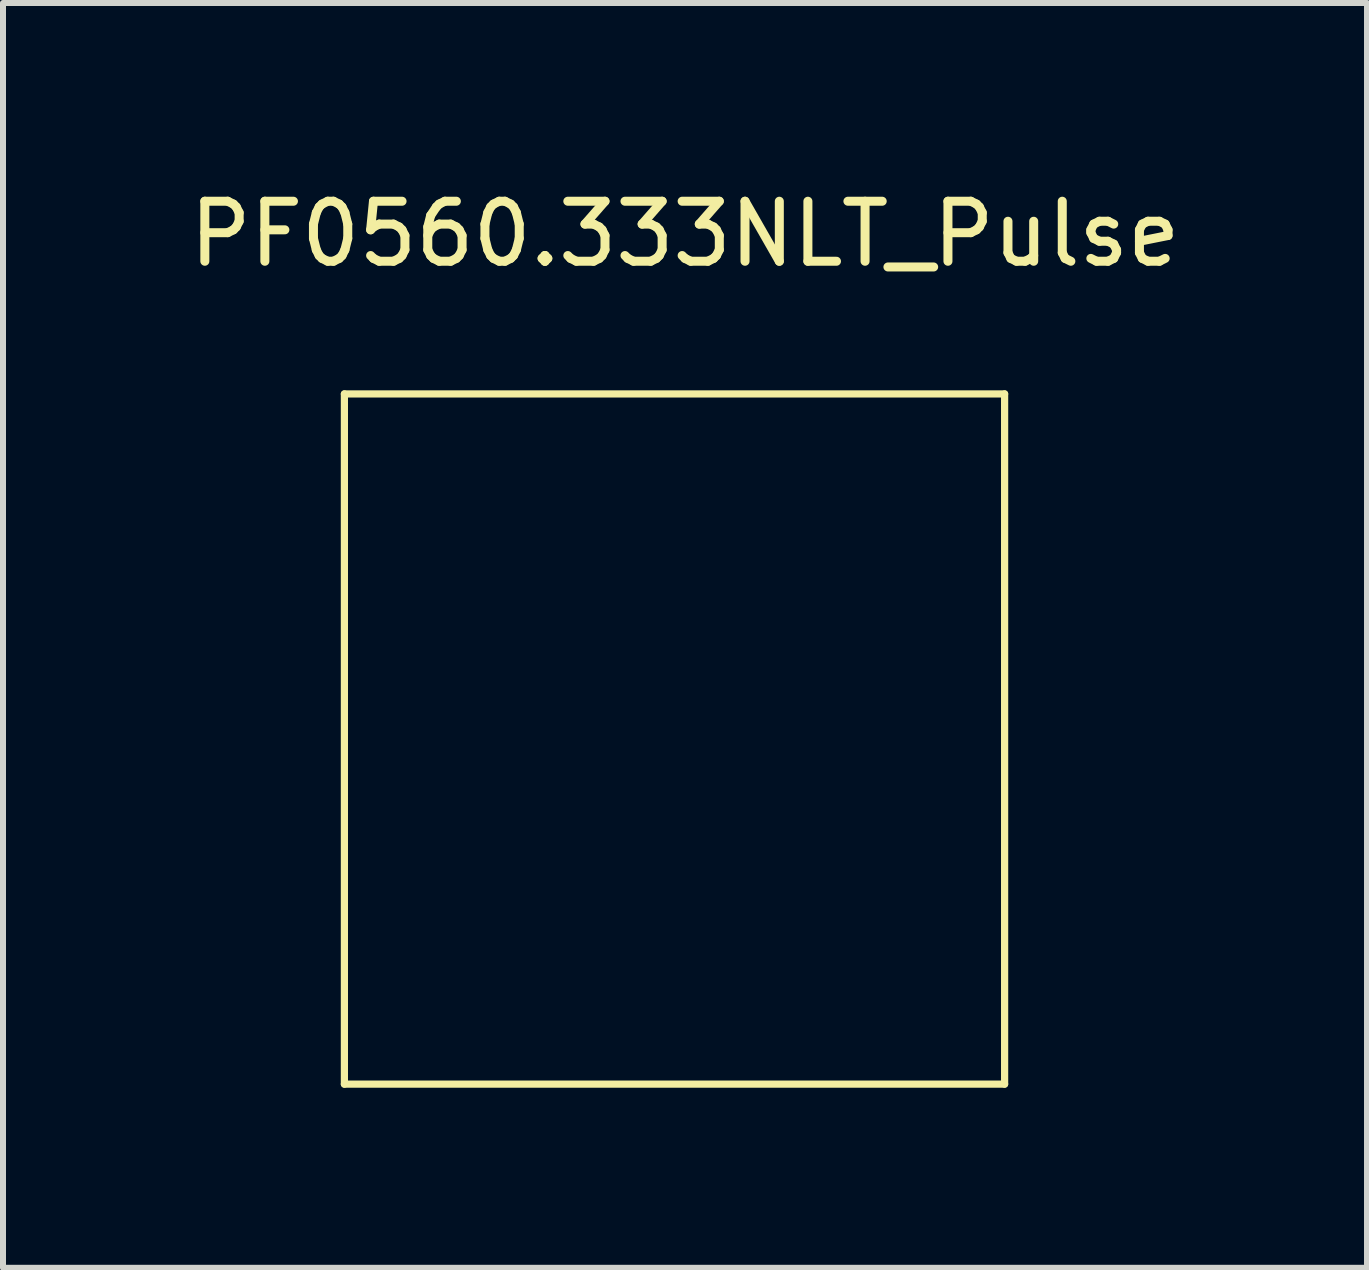
<source format=kicad_pcb>
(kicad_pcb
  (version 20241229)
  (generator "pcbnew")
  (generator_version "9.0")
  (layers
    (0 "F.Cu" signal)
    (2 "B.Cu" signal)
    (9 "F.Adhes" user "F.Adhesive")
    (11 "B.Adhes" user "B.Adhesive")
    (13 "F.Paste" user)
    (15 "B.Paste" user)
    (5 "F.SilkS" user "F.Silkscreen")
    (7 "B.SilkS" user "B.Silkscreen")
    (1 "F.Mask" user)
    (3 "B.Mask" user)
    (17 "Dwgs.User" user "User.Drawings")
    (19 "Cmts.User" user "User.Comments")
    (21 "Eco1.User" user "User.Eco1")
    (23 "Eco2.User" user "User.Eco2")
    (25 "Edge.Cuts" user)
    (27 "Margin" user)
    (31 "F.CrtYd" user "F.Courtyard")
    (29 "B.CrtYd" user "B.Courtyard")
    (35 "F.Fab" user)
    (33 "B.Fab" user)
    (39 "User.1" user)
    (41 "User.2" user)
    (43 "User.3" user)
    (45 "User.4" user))
  (footprint "PF0560.333NLT_Pulse"
    (layer "F.Cu")
    (at 8.388 9.213)
    (property "Reference" "PF0560.333NLT_Pulse" (at -0.025 -8.365 0) (layer "F.SilkS") (effects (font (size 1 1) (thickness 0.15))))
    (attr through_hole)
    (fp_line (start -5.7 -5.7) (end 5.3 -5.7) (stroke (width 0.12) (type solid)) (layer "F.SilkS"))
    (fp_line (start -5.7 5.8) (end -5.7 -5.7) (stroke (width 0.12) (type solid)) (layer "F.SilkS"))
    (fp_line (start 5.3 -5.7) (end 5.3 5.8) (stroke (width 0.12) (type solid)) (layer "F.SilkS"))
    (fp_line (start 5.3 5.8) (end -5.7 5.8) (stroke (width 0.12) (type solid)) (layer "F.SilkS"))
    (fp_poly (pts (xy 1.908 -3.7) (xy -1.877 -3.7) (xy -1.885 -5.482) (xy 1.9 -5.482)) (stroke (width 0.1) (type solid)) (fill yes) (layer "F.Paste"))
    (fp_poly (pts (xy 1.908 5.582) (xy -1.877 5.582) (xy -1.885 3.8) (xy 1.9 3.8)) (stroke (width 0.1) (type solid)) (fill yes) (layer "F.Paste")))
  (gr_rect
    (start -3 -3)
    (end 19.726 18.073)
    (stroke (width 0.1) (type default))
    (fill no)
    (layer "Edge.Cuts")))
</source>
